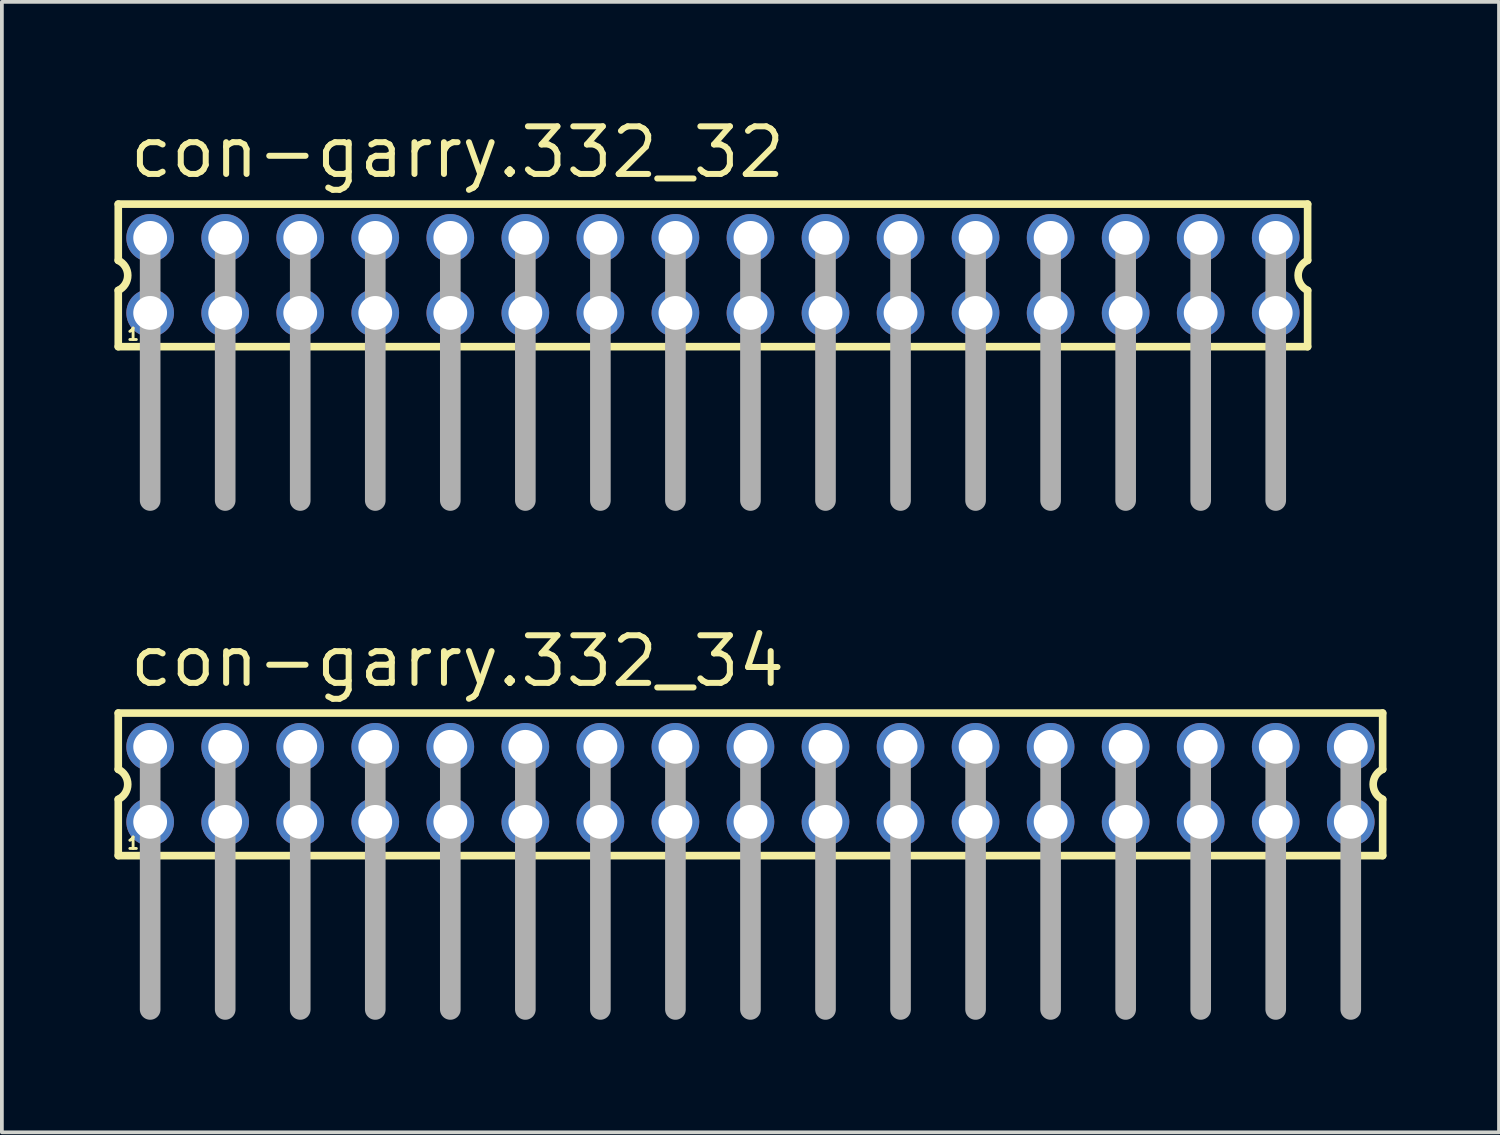
<source format=kicad_pcb>
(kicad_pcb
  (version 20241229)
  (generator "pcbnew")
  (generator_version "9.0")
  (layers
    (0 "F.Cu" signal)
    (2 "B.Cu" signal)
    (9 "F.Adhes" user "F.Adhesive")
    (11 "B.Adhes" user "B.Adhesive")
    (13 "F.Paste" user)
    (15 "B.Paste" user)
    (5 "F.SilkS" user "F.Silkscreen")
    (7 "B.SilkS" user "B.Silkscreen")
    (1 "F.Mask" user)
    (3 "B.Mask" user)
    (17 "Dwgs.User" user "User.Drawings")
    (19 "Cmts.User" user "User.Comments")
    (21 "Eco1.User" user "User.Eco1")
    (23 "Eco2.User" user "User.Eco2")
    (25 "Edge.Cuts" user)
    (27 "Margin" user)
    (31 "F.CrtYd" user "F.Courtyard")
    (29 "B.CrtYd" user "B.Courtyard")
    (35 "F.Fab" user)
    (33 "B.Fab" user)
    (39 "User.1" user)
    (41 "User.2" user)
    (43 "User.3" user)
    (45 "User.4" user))
  (footprint "con-garry.332_34"
    (layer "F.Cu")
    (at 16.952 17.855)
    (property "Reference" "con-garry.332_34" (at -16.62 -2.54 0) (layer "F.SilkS") (effects (font (size 1.27 1.27) (thickness 0.16)) (justify left bottom)))
    (attr through_hole)
    (fp_line (start -16.85 -1.9) (end -16.85 -0.4) (stroke (width 0.203) (type default)) (layer "F.SilkS"))
    (fp_line (start -16.85 0.4) (end -16.85 1.9) (stroke (width 0.203) (type default)) (layer "F.SilkS"))
    (fp_line (start -16.85 1.9) (end 16.85 1.9) (stroke (width 0.203) (type default)) (layer "F.SilkS"))
    (fp_line (start 16.85 -1.9) (end -16.85 -1.9) (stroke (width 0.203) (type default)) (layer "F.SilkS"))
    (fp_line (start 16.85 -0.4) (end 16.85 -1.9) (stroke (width 0.203) (type default)) (layer "F.SilkS"))
    (fp_line (start 16.85 1.9) (end 16.85 0.4) (stroke (width 0.203) (type default)) (layer "F.SilkS"))
    (fp_arc (start -16.85 -0.4) (mid -16.597167 0) (end -16.85 0.4) (stroke (width 0.2032) (type default)) (layer "F.SilkS"))
    (fp_arc (start 16.85 0.4) (mid 16.597167 0) (end 16.85 -0.4) (stroke (width 0.2032) (type default)) (layer "F.SilkS"))
    (fp_line (start -16 -1) (end -16 6) (stroke (width 0.55) (type default)) (layer "F.Fab"))
    (fp_line (start -14 -1) (end -14 6) (stroke (width 0.55) (type default)) (layer "F.Fab"))
    (fp_line (start -12 -1) (end -12 6) (stroke (width 0.55) (type default)) (layer "F.Fab"))
    (fp_line (start -10 -1) (end -10 6) (stroke (width 0.55) (type default)) (layer "F.Fab"))
    (fp_line (start -8 -1) (end -8 6) (stroke (width 0.55) (type default)) (layer "F.Fab"))
    (fp_line (start -6 -1) (end -6 6) (stroke (width 0.55) (type default)) (layer "F.Fab"))
    (fp_line (start -4 -1) (end -4 6) (stroke (width 0.55) (type default)) (layer "F.Fab"))
    (fp_line (start -2 -1) (end -2 6) (stroke (width 0.55) (type default)) (layer "F.Fab"))
    (fp_line (start 0 -1) (end 0 6) (stroke (width 0.55) (type default)) (layer "F.Fab"))
    (fp_line (start 2 -1) (end 2 6) (stroke (width 0.55) (type default)) (layer "F.Fab"))
    (fp_line (start 4 -1) (end 4 6) (stroke (width 0.55) (type default)) (layer "F.Fab"))
    (fp_line (start 6 -1) (end 6 6) (stroke (width 0.55) (type default)) (layer "F.Fab"))
    (fp_line (start 8 -1) (end 8 6) (stroke (width 0.55) (type default)) (layer "F.Fab"))
    (fp_line (start 10 -1) (end 10 6) (stroke (width 0.55) (type default)) (layer "F.Fab"))
    (fp_line (start 12 -1) (end 12 6) (stroke (width 0.55) (type default)) (layer "F.Fab"))
    (fp_line (start 14 -1) (end 14 6) (stroke (width 0.55) (type default)) (layer "F.Fab"))
    (fp_line (start 16 -1) (end 16 6) (stroke (width 0.55) (type default)) (layer "F.Fab"))
    (fp_rect (start -16.25 -0.75) (end -15.75 -1.25) (stroke (width 0.05) (type default)) (fill no) (layer "F.Fab"))
    (fp_rect (start -16.25 1.25) (end -15.75 0.75) (stroke (width 0.05) (type default)) (fill no) (layer "F.Fab"))
    (fp_rect (start -14.25 -0.75) (end -13.75 -1.25) (stroke (width 0.05) (type default)) (fill no) (layer "F.Fab"))
    (fp_rect (start -14.25 1.25) (end -13.75 0.75) (stroke (width 0.05) (type default)) (fill no) (layer "F.Fab"))
    (fp_rect (start -12.25 -0.75) (end -11.75 -1.25) (stroke (width 0.05) (type default)) (fill no) (layer "F.Fab"))
    (fp_rect (start -12.25 1.25) (end -11.75 0.75) (stroke (width 0.05) (type default)) (fill no) (layer "F.Fab"))
    (fp_rect (start -10.25 -0.75) (end -9.75 -1.25) (stroke (width 0.05) (type default)) (fill no) (layer "F.Fab"))
    (fp_rect (start -10.25 1.25) (end -9.75 0.75) (stroke (width 0.05) (type default)) (fill no) (layer "F.Fab"))
    (fp_rect (start -8.25 -0.75) (end -7.75 -1.25) (stroke (width 0.05) (type default)) (fill no) (layer "F.Fab"))
    (fp_rect (start -8.25 1.25) (end -7.75 0.75) (stroke (width 0.05) (type default)) (fill no) (layer "F.Fab"))
    (fp_rect (start -6.25 -0.75) (end -5.75 -1.25) (stroke (width 0.05) (type default)) (fill no) (layer "F.Fab"))
    (fp_rect (start -6.25 1.25) (end -5.75 0.75) (stroke (width 0.05) (type default)) (fill no) (layer "F.Fab"))
    (fp_rect (start -4.25 -0.75) (end -3.75 -1.25) (stroke (width 0.05) (type default)) (fill no) (layer "F.Fab"))
    (fp_rect (start -4.25 1.25) (end -3.75 0.75) (stroke (width 0.05) (type default)) (fill no) (layer "F.Fab"))
    (fp_rect (start -2.25 -0.75) (end -1.75 -1.25) (stroke (width 0.05) (type default)) (fill no) (layer "F.Fab"))
    (fp_rect (start -2.25 1.25) (end -1.75 0.75) (stroke (width 0.05) (type default)) (fill no) (layer "F.Fab"))
    (fp_rect (start -0.25 -0.75) (end 0.25 -1.25) (stroke (width 0.05) (type default)) (fill no) (layer "F.Fab"))
    (fp_rect (start -0.25 1.25) (end 0.25 0.75) (stroke (width 0.05) (type default)) (fill no) (layer "F.Fab"))
    (fp_rect (start 1.75 -0.75) (end 2.25 -1.25) (stroke (width 0.05) (type default)) (fill no) (layer "F.Fab"))
    (fp_rect (start 1.75 1.25) (end 2.25 0.75) (stroke (width 0.05) (type default)) (fill no) (layer "F.Fab"))
    (fp_rect (start 3.75 -0.75) (end 4.25 -1.25) (stroke (width 0.05) (type default)) (fill no) (layer "F.Fab"))
    (fp_rect (start 3.75 1.25) (end 4.25 0.75) (stroke (width 0.05) (type default)) (fill no) (layer "F.Fab"))
    (fp_rect (start 5.75 -0.75) (end 6.25 -1.25) (stroke (width 0.05) (type default)) (fill no) (layer "F.Fab"))
    (fp_rect (start 5.75 1.25) (end 6.25 0.75) (stroke (width 0.05) (type default)) (fill no) (layer "F.Fab"))
    (fp_rect (start 7.75 -0.75) (end 8.25 -1.25) (stroke (width 0.05) (type default)) (fill no) (layer "F.Fab"))
    (fp_rect (start 7.75 1.25) (end 8.25 0.75) (stroke (width 0.05) (type default)) (fill no) (layer "F.Fab"))
    (fp_rect (start 9.75 -0.75) (end 10.25 -1.25) (stroke (width 0.05) (type default)) (fill no) (layer "F.Fab"))
    (fp_rect (start 9.75 1.25) (end 10.25 0.75) (stroke (width 0.05) (type default)) (fill no) (layer "F.Fab"))
    (fp_rect (start 11.75 -0.75) (end 12.25 -1.25) (stroke (width 0.05) (type default)) (fill no) (layer "F.Fab"))
    (fp_rect (start 11.75 1.25) (end 12.25 0.75) (stroke (width 0.05) (type default)) (fill no) (layer "F.Fab"))
    (fp_rect (start 13.75 -0.75) (end 14.25 -1.25) (stroke (width 0.05) (type default)) (fill no) (layer "F.Fab"))
    (fp_rect (start 13.75 1.25) (end 14.25 0.75) (stroke (width 0.05) (type default)) (fill no) (layer "F.Fab"))
    (fp_rect (start 15.75 -0.75) (end 16.25 -1.25) (stroke (width 0.05) (type default)) (fill no) (layer "F.Fab"))
    (fp_rect (start 15.75 1.25) (end 16.25 0.75) (stroke (width 0.05) (type default)) (fill no) (layer "F.Fab"))
    (fp_text user "1" (at -16.65 1.75 0) (layer "F.SilkS") (effects (font (size 0.305 0.305) (thickness 0.15)) (justify left bottom)))
    (pad "1" thru_hole circle (at -16 1) (size 1.27 1.27) (drill 0.9) (layers "*.Cu" "*.Mask"))
    (pad "2" thru_hole circle (at -16 -1) (size 1.27 1.27) (drill 0.9) (layers "*.Cu" "*.Mask"))
    (pad "3" thru_hole circle (at -14 1) (size 1.27 1.27) (drill 0.9) (layers "*.Cu" "*.Mask"))
    (pad "4" thru_hole circle (at -14 -1) (size 1.27 1.27) (drill 0.9) (layers "*.Cu" "*.Mask"))
    (pad "5" thru_hole circle (at -12 1) (size 1.27 1.27) (drill 0.9) (layers "*.Cu" "*.Mask"))
    (pad "6" thru_hole circle (at -12 -1) (size 1.27 1.27) (drill 0.9) (layers "*.Cu" "*.Mask"))
    (pad "7" thru_hole circle (at -10 1) (size 1.27 1.27) (drill 0.9) (layers "*.Cu" "*.Mask"))
    (pad "8" thru_hole circle (at -10 -1) (size 1.27 1.27) (drill 0.9) (layers "*.Cu" "*.Mask"))
    (pad "9" thru_hole circle (at -8 1) (size 1.27 1.27) (drill 0.9) (layers "*.Cu" "*.Mask"))
    (pad "10" thru_hole circle (at -8 -1) (size 1.27 1.27) (drill 0.9) (layers "*.Cu" "*.Mask"))
    (pad "11" thru_hole circle (at -6 1) (size 1.27 1.27) (drill 0.9) (layers "*.Cu" "*.Mask"))
    (pad "12" thru_hole circle (at -6 -1) (size 1.27 1.27) (drill 0.9) (layers "*.Cu" "*.Mask"))
    (pad "13" thru_hole circle (at -4 1) (size 1.27 1.27) (drill 0.9) (layers "*.Cu" "*.Mask"))
    (pad "14" thru_hole circle (at -4 -1) (size 1.27 1.27) (drill 0.9) (layers "*.Cu" "*.Mask"))
    (pad "15" thru_hole circle (at -2 1) (size 1.27 1.27) (drill 0.9) (layers "*.Cu" "*.Mask"))
    (pad "16" thru_hole circle (at -2 -1) (size 1.27 1.27) (drill 0.9) (layers "*.Cu" "*.Mask"))
    (pad "17" thru_hole circle (at 0 1) (size 1.27 1.27) (drill 0.9) (layers "*.Cu" "*.Mask"))
    (pad "18" thru_hole circle (at 0 -1) (size 1.27 1.27) (drill 0.9) (layers "*.Cu" "*.Mask"))
    (pad "19" thru_hole circle (at 2 1) (size 1.27 1.27) (drill 0.9) (layers "*.Cu" "*.Mask"))
    (pad "20" thru_hole circle (at 2 -1) (size 1.27 1.27) (drill 0.9) (layers "*.Cu" "*.Mask"))
    (pad "21" thru_hole circle (at 4 1) (size 1.27 1.27) (drill 0.9) (layers "*.Cu" "*.Mask"))
    (pad "22" thru_hole circle (at 4 -1) (size 1.27 1.27) (drill 0.9) (layers "*.Cu" "*.Mask"))
    (pad "23" thru_hole circle (at 6 1) (size 1.27 1.27) (drill 0.9) (layers "*.Cu" "*.Mask"))
    (pad "24" thru_hole circle (at 6 -1) (size 1.27 1.27) (drill 0.9) (layers "*.Cu" "*.Mask"))
    (pad "25" thru_hole circle (at 8 1) (size 1.27 1.27) (drill 0.9) (layers "*.Cu" "*.Mask"))
    (pad "26" thru_hole circle (at 8 -1) (size 1.27 1.27) (drill 0.9) (layers "*.Cu" "*.Mask"))
    (pad "27" thru_hole circle (at 10 1) (size 1.27 1.27) (drill 0.9) (layers "*.Cu" "*.Mask"))
    (pad "28" thru_hole circle (at 10 -1) (size 1.27 1.27) (drill 0.9) (layers "*.Cu" "*.Mask"))
    (pad "29" thru_hole circle (at 12 1) (size 1.27 1.27) (drill 0.9) (layers "*.Cu" "*.Mask"))
    (pad "30" thru_hole circle (at 12 -1) (size 1.27 1.27) (drill 0.9) (layers "*.Cu" "*.Mask"))
    (pad "31" thru_hole circle (at 14 1) (size 1.27 1.27) (drill 0.9) (layers "*.Cu" "*.Mask"))
    (pad "32" thru_hole circle (at 14 -1) (size 1.27 1.27) (drill 0.9) (layers "*.Cu" "*.Mask"))
    (pad "33" thru_hole circle (at 16 1) (size 1.27 1.27) (drill 0.9) (layers "*.Cu" "*.Mask"))
    (pad "34" thru_hole circle (at 16 -1) (size 1.27 1.27) (drill 0.9) (layers "*.Cu" "*.Mask")))
  (footprint "con-garry.332_32"
    (layer "F.Cu")
    (at 15.952 4.29)
    (property "Reference" "con-garry.332_32" (at -15.62 -2.54 0) (layer "F.SilkS") (effects (font (size 1.27 1.27) (thickness 0.16)) (justify left bottom)))
    (attr through_hole)
    (fp_line (start -15.85 -1.9) (end -15.85 -0.4) (stroke (width 0.203) (type default)) (layer "F.SilkS"))
    (fp_line (start -15.85 0.4) (end -15.85 1.9) (stroke (width 0.203) (type default)) (layer "F.SilkS"))
    (fp_line (start -15.85 1.9) (end 15.85 1.9) (stroke (width 0.203) (type default)) (layer "F.SilkS"))
    (fp_line (start 15.85 -1.9) (end -15.85 -1.9) (stroke (width 0.203) (type default)) (layer "F.SilkS"))
    (fp_line (start 15.85 -0.4) (end 15.85 -1.9) (stroke (width 0.203) (type default)) (layer "F.SilkS"))
    (fp_line (start 15.85 1.9) (end 15.85 0.4) (stroke (width 0.203) (type default)) (layer "F.SilkS"))
    (fp_arc (start -15.85 -0.4) (mid -15.597167 0) (end -15.85 0.4) (stroke (width 0.2032) (type default)) (layer "F.SilkS"))
    (fp_arc (start 15.85 0.4) (mid 15.597167 0) (end 15.85 -0.4) (stroke (width 0.2032) (type default)) (layer "F.SilkS"))
    (fp_line (start -15 -1) (end -15 6) (stroke (width 0.55) (type default)) (layer "F.Fab"))
    (fp_line (start -13 -1) (end -13 6) (stroke (width 0.55) (type default)) (layer "F.Fab"))
    (fp_line (start -11 -1) (end -11 6) (stroke (width 0.55) (type default)) (layer "F.Fab"))
    (fp_line (start -9 -1) (end -9 6) (stroke (width 0.55) (type default)) (layer "F.Fab"))
    (fp_line (start -7 -1) (end -7 6) (stroke (width 0.55) (type default)) (layer "F.Fab"))
    (fp_line (start -5 -1) (end -5 6) (stroke (width 0.55) (type default)) (layer "F.Fab"))
    (fp_line (start -3 -1) (end -3 6) (stroke (width 0.55) (type default)) (layer "F.Fab"))
    (fp_line (start -1 -1) (end -1 6) (stroke (width 0.55) (type default)) (layer "F.Fab"))
    (fp_line (start 1 -1) (end 1 6) (stroke (width 0.55) (type default)) (layer "F.Fab"))
    (fp_line (start 3 -1) (end 3 6) (stroke (width 0.55) (type default)) (layer "F.Fab"))
    (fp_line (start 5 -1) (end 5 6) (stroke (width 0.55) (type default)) (layer "F.Fab"))
    (fp_line (start 7 -1) (end 7 6) (stroke (width 0.55) (type default)) (layer "F.Fab"))
    (fp_line (start 9 -1) (end 9 6) (stroke (width 0.55) (type default)) (layer "F.Fab"))
    (fp_line (start 11 -1) (end 11 6) (stroke (width 0.55) (type default)) (layer "F.Fab"))
    (fp_line (start 13 -1) (end 13 6) (stroke (width 0.55) (type default)) (layer "F.Fab"))
    (fp_line (start 15 -1) (end 15 6) (stroke (width 0.55) (type default)) (layer "F.Fab"))
    (fp_rect (start -15.25 -0.75) (end -14.75 -1.25) (stroke (width 0.05) (type default)) (fill no) (layer "F.Fab"))
    (fp_rect (start -15.25 1.25) (end -14.75 0.75) (stroke (width 0.05) (type default)) (fill no) (layer "F.Fab"))
    (fp_rect (start -13.25 -0.75) (end -12.75 -1.25) (stroke (width 0.05) (type default)) (fill no) (layer "F.Fab"))
    (fp_rect (start -13.25 1.25) (end -12.75 0.75) (stroke (width 0.05) (type default)) (fill no) (layer "F.Fab"))
    (fp_rect (start -11.25 -0.75) (end -10.75 -1.25) (stroke (width 0.05) (type default)) (fill no) (layer "F.Fab"))
    (fp_rect (start -11.25 1.25) (end -10.75 0.75) (stroke (width 0.05) (type default)) (fill no) (layer "F.Fab"))
    (fp_rect (start -9.25 -0.75) (end -8.75 -1.25) (stroke (width 0.05) (type default)) (fill no) (layer "F.Fab"))
    (fp_rect (start -9.25 1.25) (end -8.75 0.75) (stroke (width 0.05) (type default)) (fill no) (layer "F.Fab"))
    (fp_rect (start -7.25 -0.75) (end -6.75 -1.25) (stroke (width 0.05) (type default)) (fill no) (layer "F.Fab"))
    (fp_rect (start -7.25 1.25) (end -6.75 0.75) (stroke (width 0.05) (type default)) (fill no) (layer "F.Fab"))
    (fp_rect (start -5.25 -0.75) (end -4.75 -1.25) (stroke (width 0.05) (type default)) (fill no) (layer "F.Fab"))
    (fp_rect (start -5.25 1.25) (end -4.75 0.75) (stroke (width 0.05) (type default)) (fill no) (layer "F.Fab"))
    (fp_rect (start -3.25 -0.75) (end -2.75 -1.25) (stroke (width 0.05) (type default)) (fill no) (layer "F.Fab"))
    (fp_rect (start -3.25 1.25) (end -2.75 0.75) (stroke (width 0.05) (type default)) (fill no) (layer "F.Fab"))
    (fp_rect (start -1.25 -0.75) (end -0.75 -1.25) (stroke (width 0.05) (type default)) (fill no) (layer "F.Fab"))
    (fp_rect (start -1.25 1.25) (end -0.75 0.75) (stroke (width 0.05) (type default)) (fill no) (layer "F.Fab"))
    (fp_rect (start 0.75 -0.75) (end 1.25 -1.25) (stroke (width 0.05) (type default)) (fill no) (layer "F.Fab"))
    (fp_rect (start 0.75 1.25) (end 1.25 0.75) (stroke (width 0.05) (type default)) (fill no) (layer "F.Fab"))
    (fp_rect (start 2.75 -0.75) (end 3.25 -1.25) (stroke (width 0.05) (type default)) (fill no) (layer "F.Fab"))
    (fp_rect (start 2.75 1.25) (end 3.25 0.75) (stroke (width 0.05) (type default)) (fill no) (layer "F.Fab"))
    (fp_rect (start 4.75 -0.75) (end 5.25 -1.25) (stroke (width 0.05) (type default)) (fill no) (layer "F.Fab"))
    (fp_rect (start 4.75 1.25) (end 5.25 0.75) (stroke (width 0.05) (type default)) (fill no) (layer "F.Fab"))
    (fp_rect (start 6.75 -0.75) (end 7.25 -1.25) (stroke (width 0.05) (type default)) (fill no) (layer "F.Fab"))
    (fp_rect (start 6.75 1.25) (end 7.25 0.75) (stroke (width 0.05) (type default)) (fill no) (layer "F.Fab"))
    (fp_rect (start 8.75 -0.75) (end 9.25 -1.25) (stroke (width 0.05) (type default)) (fill no) (layer "F.Fab"))
    (fp_rect (start 8.75 1.25) (end 9.25 0.75) (stroke (width 0.05) (type default)) (fill no) (layer "F.Fab"))
    (fp_rect (start 10.75 -0.75) (end 11.25 -1.25) (stroke (width 0.05) (type default)) (fill no) (layer "F.Fab"))
    (fp_rect (start 10.75 1.25) (end 11.25 0.75) (stroke (width 0.05) (type default)) (fill no) (layer "F.Fab"))
    (fp_rect (start 12.75 -0.75) (end 13.25 -1.25) (stroke (width 0.05) (type default)) (fill no) (layer "F.Fab"))
    (fp_rect (start 12.75 1.25) (end 13.25 0.75) (stroke (width 0.05) (type default)) (fill no) (layer "F.Fab"))
    (fp_rect (start 14.75 -0.75) (end 15.25 -1.25) (stroke (width 0.05) (type default)) (fill no) (layer "F.Fab"))
    (fp_rect (start 14.75 1.25) (end 15.25 0.75) (stroke (width 0.05) (type default)) (fill no) (layer "F.Fab"))
    (fp_text user "1" (at -15.65 1.75 0) (layer "F.SilkS") (effects (font (size 0.305 0.305) (thickness 0.15)) (justify left bottom)))
    (pad "1" thru_hole circle (at -15 1) (size 1.27 1.27) (drill 0.9) (layers "*.Cu" "*.Mask"))
    (pad "2" thru_hole circle (at -15 -1) (size 1.27 1.27) (drill 0.9) (layers "*.Cu" "*.Mask"))
    (pad "3" thru_hole circle (at -13 1) (size 1.27 1.27) (drill 0.9) (layers "*.Cu" "*.Mask"))
    (pad "4" thru_hole circle (at -13 -1) (size 1.27 1.27) (drill 0.9) (layers "*.Cu" "*.Mask"))
    (pad "5" thru_hole circle (at -11 1) (size 1.27 1.27) (drill 0.9) (layers "*.Cu" "*.Mask"))
    (pad "6" thru_hole circle (at -11 -1) (size 1.27 1.27) (drill 0.9) (layers "*.Cu" "*.Mask"))
    (pad "7" thru_hole circle (at -9 1) (size 1.27 1.27) (drill 0.9) (layers "*.Cu" "*.Mask"))
    (pad "8" thru_hole circle (at -9 -1) (size 1.27 1.27) (drill 0.9) (layers "*.Cu" "*.Mask"))
    (pad "9" thru_hole circle (at -7 1) (size 1.27 1.27) (drill 0.9) (layers "*.Cu" "*.Mask"))
    (pad "10" thru_hole circle (at -7 -1) (size 1.27 1.27) (drill 0.9) (layers "*.Cu" "*.Mask"))
    (pad "11" thru_hole circle (at -5 1) (size 1.27 1.27) (drill 0.9) (layers "*.Cu" "*.Mask"))
    (pad "12" thru_hole circle (at -5 -1) (size 1.27 1.27) (drill 0.9) (layers "*.Cu" "*.Mask"))
    (pad "13" thru_hole circle (at -3 1) (size 1.27 1.27) (drill 0.9) (layers "*.Cu" "*.Mask"))
    (pad "14" thru_hole circle (at -3 -1) (size 1.27 1.27) (drill 0.9) (layers "*.Cu" "*.Mask"))
    (pad "15" thru_hole circle (at -1 1) (size 1.27 1.27) (drill 0.9) (layers "*.Cu" "*.Mask"))
    (pad "16" thru_hole circle (at -1 -1) (size 1.27 1.27) (drill 0.9) (layers "*.Cu" "*.Mask"))
    (pad "17" thru_hole circle (at 1 1) (size 1.27 1.27) (drill 0.9) (layers "*.Cu" "*.Mask"))
    (pad "18" thru_hole circle (at 1 -1) (size 1.27 1.27) (drill 0.9) (layers "*.Cu" "*.Mask"))
    (pad "19" thru_hole circle (at 3 1) (size 1.27 1.27) (drill 0.9) (layers "*.Cu" "*.Mask"))
    (pad "20" thru_hole circle (at 3 -1) (size 1.27 1.27) (drill 0.9) (layers "*.Cu" "*.Mask"))
    (pad "21" thru_hole circle (at 5 1) (size 1.27 1.27) (drill 0.9) (layers "*.Cu" "*.Mask"))
    (pad "22" thru_hole circle (at 5 -1) (size 1.27 1.27) (drill 0.9) (layers "*.Cu" "*.Mask"))
    (pad "23" thru_hole circle (at 7 1) (size 1.27 1.27) (drill 0.9) (layers "*.Cu" "*.Mask"))
    (pad "24" thru_hole circle (at 7 -1) (size 1.27 1.27) (drill 0.9) (layers "*.Cu" "*.Mask"))
    (pad "25" thru_hole circle (at 9 1) (size 1.27 1.27) (drill 0.9) (layers "*.Cu" "*.Mask"))
    (pad "26" thru_hole circle (at 9 -1) (size 1.27 1.27) (drill 0.9) (layers "*.Cu" "*.Mask"))
    (pad "27" thru_hole circle (at 11 1) (size 1.27 1.27) (drill 0.9) (layers "*.Cu" "*.Mask"))
    (pad "28" thru_hole circle (at 11 -1) (size 1.27 1.27) (drill 0.9) (layers "*.Cu" "*.Mask"))
    (pad "29" thru_hole circle (at 13 1) (size 1.27 1.27) (drill 0.9) (layers "*.Cu" "*.Mask"))
    (pad "30" thru_hole circle (at 13 -1) (size 1.27 1.27) (drill 0.9) (layers "*.Cu" "*.Mask"))
    (pad "31" thru_hole circle (at 15 1) (size 1.27 1.27) (drill 0.9) (layers "*.Cu" "*.Mask"))
    (pad "32" thru_hole circle (at 15 -1) (size 1.27 1.27) (drill 0.9) (layers "*.Cu" "*.Mask")))
  (gr_rect
    (start -3 -3)
    (end 36.903 27.13)
    (stroke (width 0.1) (type default))
    (fill no)
    (layer "Edge.Cuts")))
</source>
